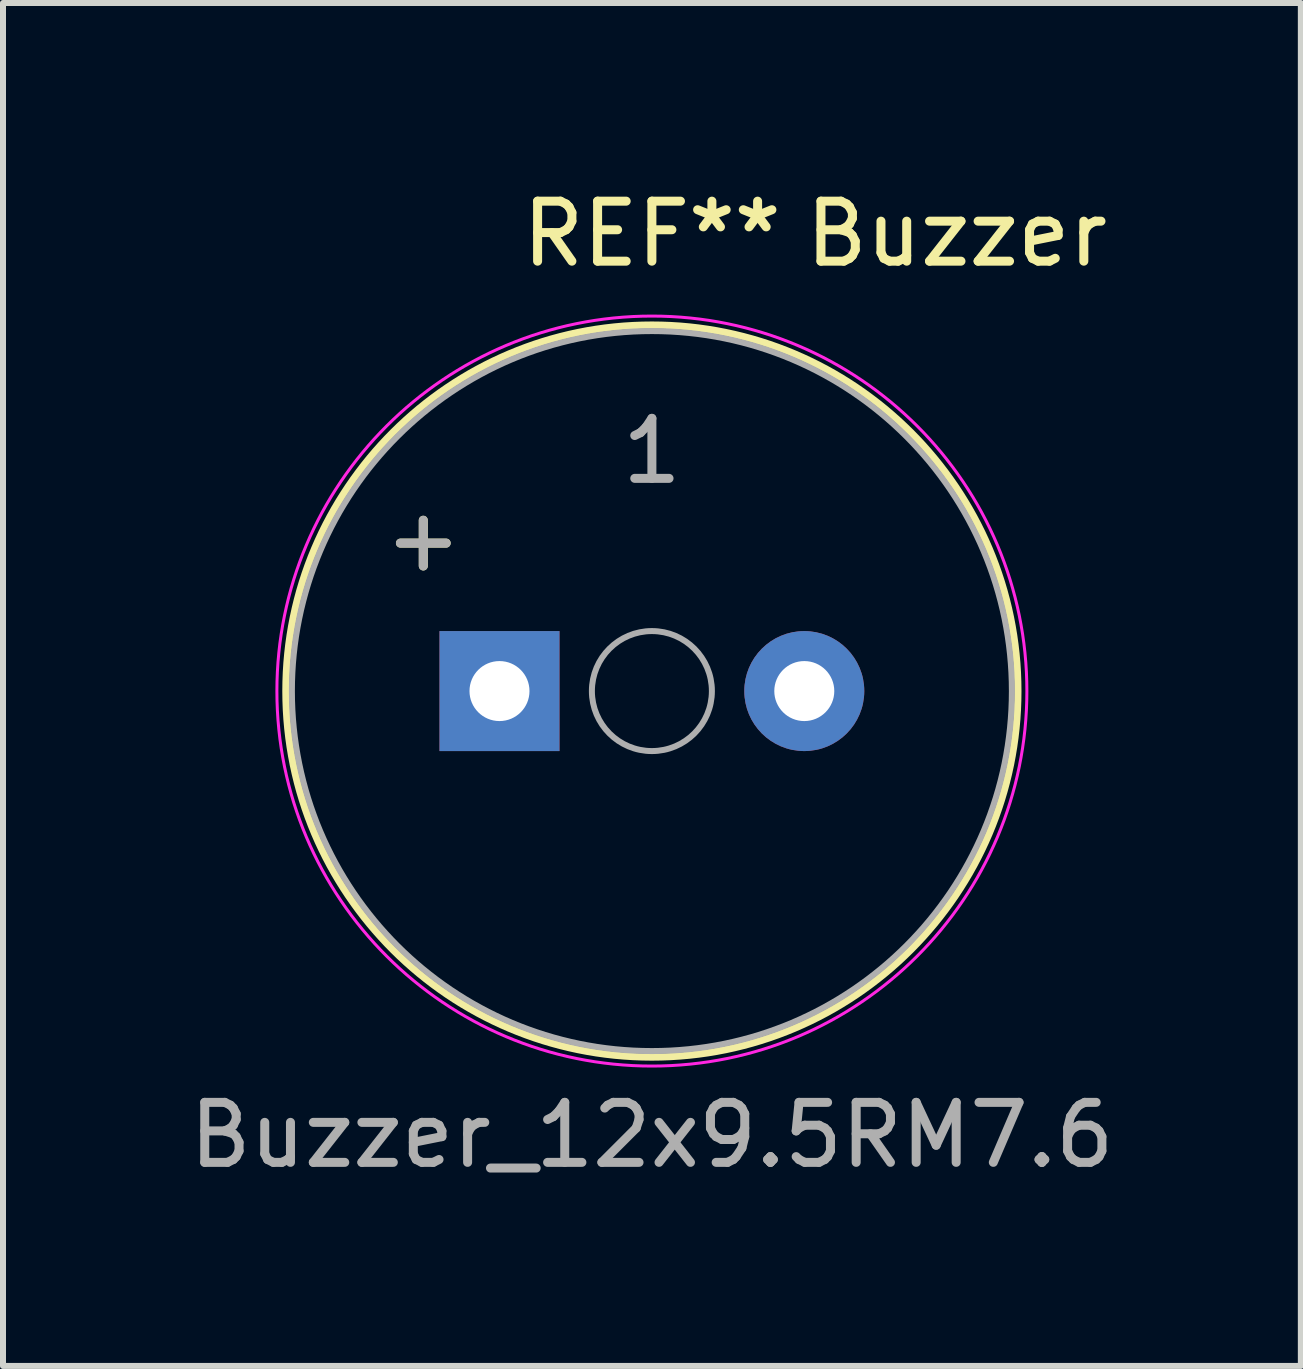
<source format=kicad_pcb>
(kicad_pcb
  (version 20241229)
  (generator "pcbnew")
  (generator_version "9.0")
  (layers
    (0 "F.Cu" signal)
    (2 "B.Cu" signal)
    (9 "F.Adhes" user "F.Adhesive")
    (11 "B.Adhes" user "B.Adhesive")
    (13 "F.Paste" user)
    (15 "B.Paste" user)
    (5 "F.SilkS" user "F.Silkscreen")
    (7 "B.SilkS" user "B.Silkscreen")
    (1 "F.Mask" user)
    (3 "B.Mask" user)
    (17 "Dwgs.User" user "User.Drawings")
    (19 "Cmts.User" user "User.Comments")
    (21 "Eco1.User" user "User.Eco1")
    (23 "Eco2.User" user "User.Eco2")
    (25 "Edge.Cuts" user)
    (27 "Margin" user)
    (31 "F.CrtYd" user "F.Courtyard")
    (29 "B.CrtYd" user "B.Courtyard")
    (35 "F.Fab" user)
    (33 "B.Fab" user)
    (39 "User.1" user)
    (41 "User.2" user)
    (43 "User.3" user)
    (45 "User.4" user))
  (footprint "Buzzer"
    (layer "F.Cu")
    (at 7.815 8.468)
    (property "Reference" "Buzzer" (at 5.08 -7.62 0) (unlocked yes) (layer "F.SilkS") (effects (font (size 1 1) (thickness 0.15))))
    (attr through_hole)
    (fp_circle (center 0 0) (end 6.1 0) (stroke (width 0.12) (type solid)) (fill no) (layer "F.SilkS"))
    (fp_circle (center 0 0) (end 6.25 0) (stroke (width 0.05) (type solid)) (fill no) (layer "F.CrtYd"))
    (fp_circle (center 0 0) (end 1 0) (stroke (width 0.1) (type solid)) (fill no) (layer "F.Fab"))
    (fp_circle (center 0 0) (end 6 0) (stroke (width 0.1) (type solid)) (fill no) (layer "F.Fab"))
    (fp_text user "+" (at -3.81 -2.54 0) (layer "F.SilkS") (effects (font (size 1 1) (thickness 0.15))))
    (fp_text user "REF**" (at 0 -7.62 0) (layer "F.SilkS") (effects (font (size 1 1) (thickness 0.15))))
    (fp_text user "+" (at -3.81 -2.54 0) (layer "F.Fab") (effects (font (size 1 1) (thickness 0.15))))
    (fp_text user "1" (at 0 -4 0) (layer "F.Fab") (effects (font (size 1 1) (thickness 0.15))))
    (fp_text user "Buzzer_12x9.5RM7.6" (at 0 7.4 0) (layer "F.Fab") (effects (font (size 1 1) (thickness 0.15))))
    (pad "1" thru_hole rect (at -2.54 0) (size 2 2) (drill 1) (layers "*.Cu" "*.Mask"))
    (pad "2" thru_hole circle (at 2.54 0) (size 2 2) (drill 1) (layers "*.Cu" "*.Mask")))
  (gr_rect
    (start -3 -3)
    (end 18.631 19.716)
    (stroke (width 0.1) (type default))
    (fill no)
    (layer "Edge.Cuts")))
</source>
